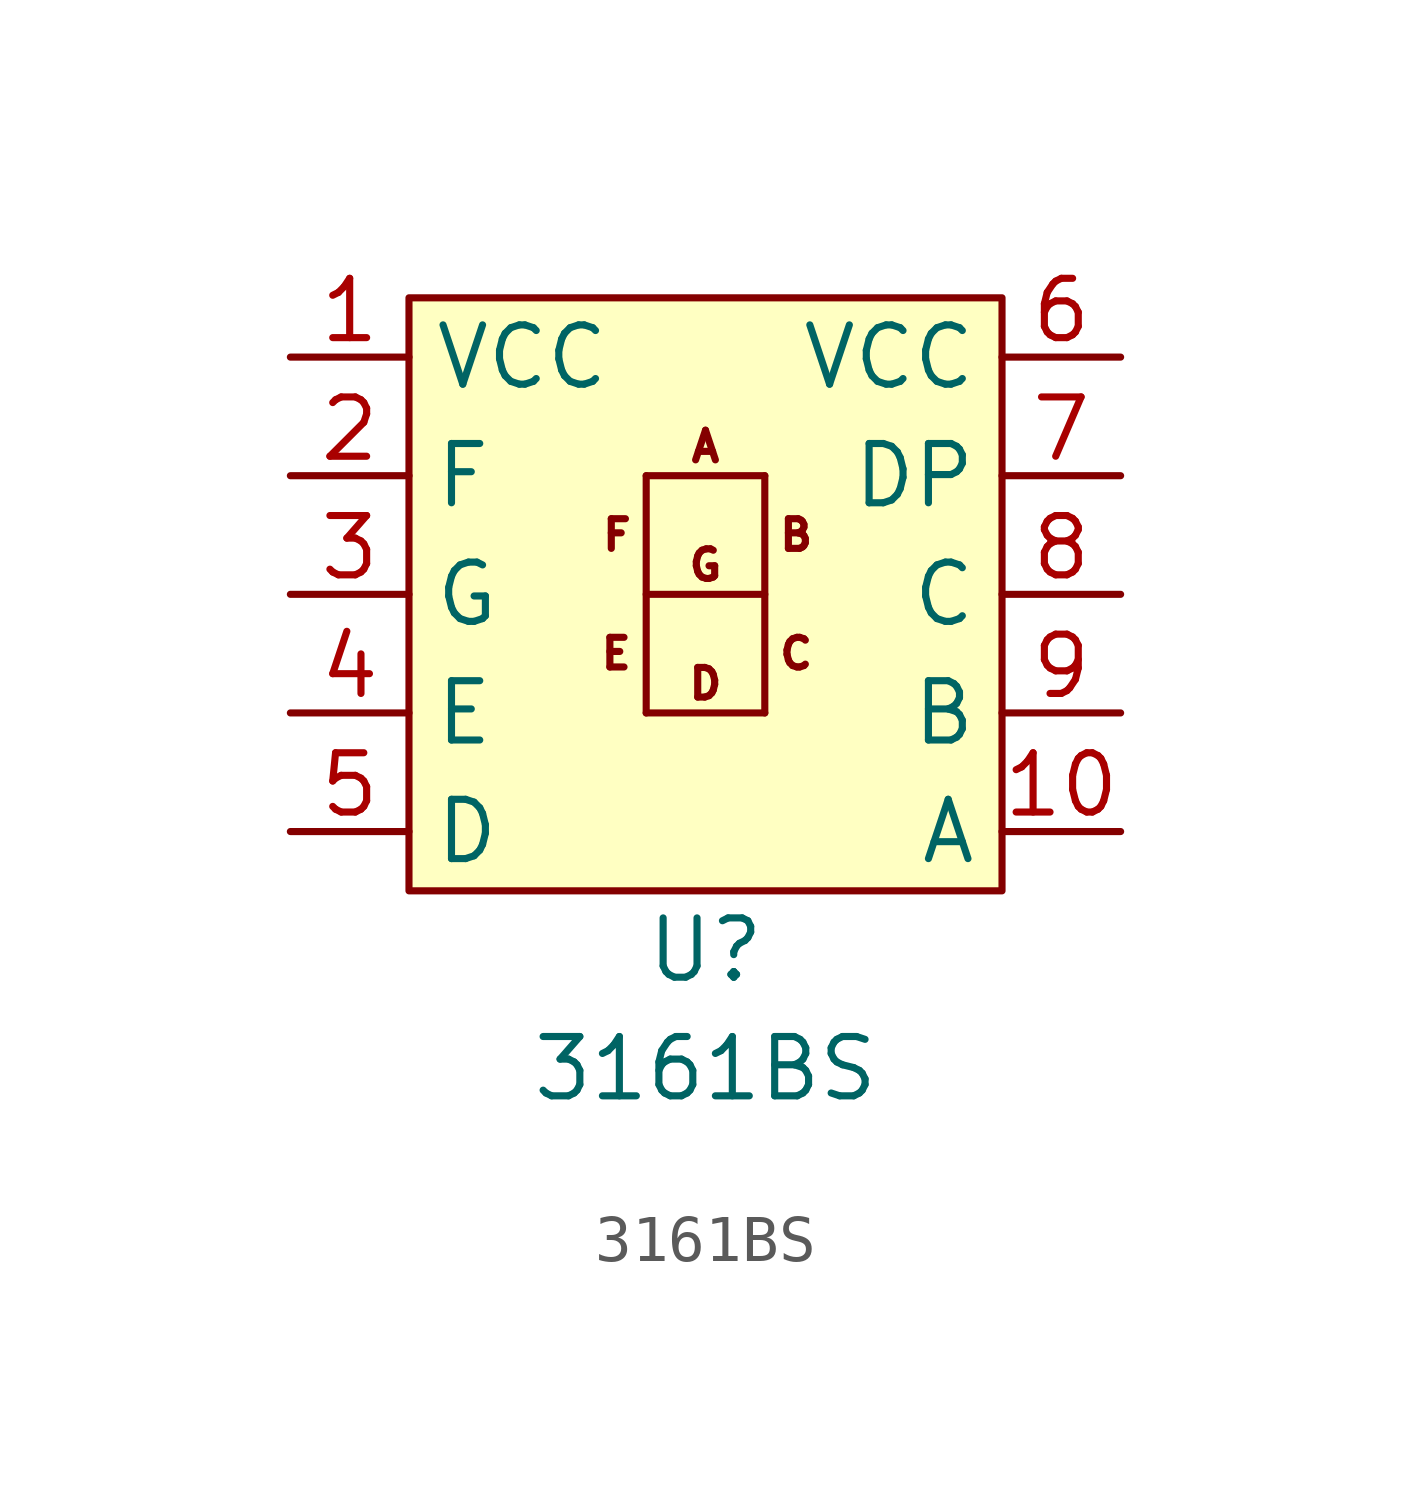
<source format=kicad_sym>
(kicad_symbol_lib
  (version 20220914)
  (generator kicad_symbol_editor)
  (symbol "3161BS"
    (property "Reference" "U"
      (at 0 0 0)
      (effects (font (size 1.27 1.27))))
    (property "Value" "3161BS"
      (at 0 -2.54 0)
      (effects (font (size 1.27 1.27))))
    (symbol "3161BS_1_1"
      (rectangle (start -6.35 13.97) (end 6.35 1.27) (stroke (width 0) (type default)) (fill (type background)))
      (polyline (pts (xy -1.27 5.08) (xy -1.27 10.16)) (stroke (width 0) (type default)) (fill (type none)))
      (polyline (pts (xy -1.27 5.08) (xy 1.27 5.08)) (stroke (width 0) (type default)) (fill (type none)))
      (polyline (pts (xy -1.27 7.62) (xy 1.27 7.62)) (stroke (width 0) (type default)) (fill (type none)))
      (polyline (pts (xy -1.27 10.16) (xy 1.27 10.16)) (stroke (width 0) (type default)) (fill (type none)))
      (polyline (pts (xy 1.27 5.08) (xy 1.27 10.16)) (stroke (width 0) (type default)) (fill (type none)))
      (text "A" (at 0 10.414 0) (effects (font (size 0.635 0.635)) (justify bottom)))
      (text "B" (at 1.524 8.89 0) (effects (font (size 0.635 0.635)) (justify left)))
      (text "C" (at 1.524 6.35 0) (effects (font (size 0.635 0.635)) (justify left)))
      (text "D" (at 0 5.334 0) (effects (font (size 0.635 0.635)) (justify bottom)))
      (text "E" (at -1.524 6.35 0) (effects (font (size 0.635 0.635)) (justify right)))
      (text "F" (at -1.524 8.89 0) (effects (font (size 0.635 0.635)) (justify right)))
      (text "G" (at 0 7.874 0) (effects (font (size 0.635 0.635)) (justify bottom)))
      (pin passive line (at -8.89 12.7 0) (length 2.54) (name "VCC" (effects (font (size 1.27 1.27)))) (number "1" (effects (font (size 1.27 1.27)))))
      (pin passive line (at 8.89 2.54 180) (length 2.54) (name "A" (effects (font (size 1.27 1.27)))) (number "10" (effects (font (size 1.27 1.27)))))
      (pin passive line (at -8.89 10.16 0) (length 2.54) (name "F" (effects (font (size 1.27 1.27)))) (number "2" (effects (font (size 1.27 1.27)))))
      (pin passive line (at -8.89 7.62 0) (length 2.54) (name "G" (effects (font (size 1.27 1.27)))) (number "3" (effects (font (size 1.27 1.27)))))
      (pin passive line (at -8.89 5.08 0) (length 2.54) (name "E" (effects (font (size 1.27 1.27)))) (number "4" (effects (font (size 1.27 1.27)))))
      (pin passive line (at -8.89 2.54 0) (length 2.54) (name "D" (effects (font (size 1.27 1.27)))) (number "5" (effects (font (size 1.27 1.27)))))
      (pin passive line (at 8.89 12.7 180) (length 2.54) (name "VCC" (effects (font (size 1.27 1.27)))) (number "6" (effects (font (size 1.27 1.27)))))
      (pin passive line (at 8.89 10.16 180) (length 2.54) (name "DP" (effects (font (size 1.27 1.27)))) (number "7" (effects (font (size 1.27 1.27)))))
      (pin passive line (at 8.89 7.62 180) (length 2.54) (name "C" (effects (font (size 1.27 1.27)))) (number "8" (effects (font (size 1.27 1.27)))))
      (pin passive line (at 8.89 5.08 180) (length 2.54) (name "B" (effects (font (size 1.27 1.27)))) (number "9" (effects (font (size 1.27 1.27))))))))
</source>
